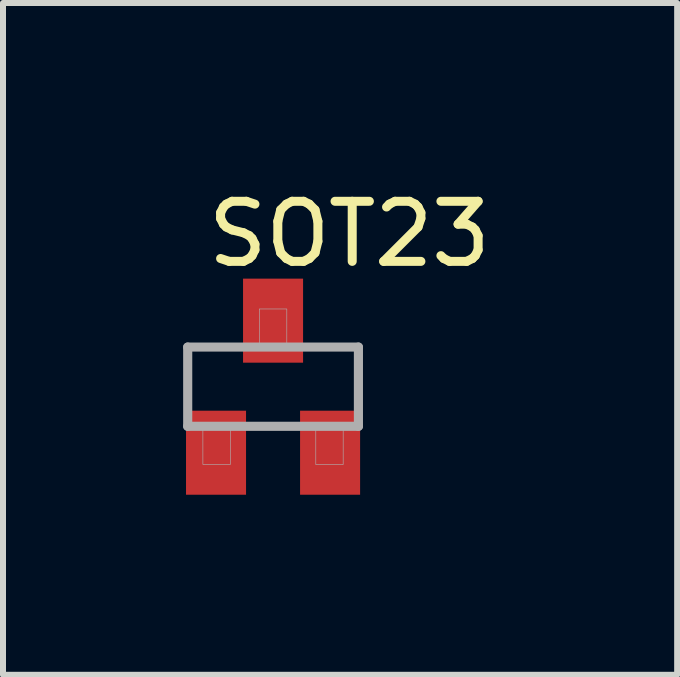
<source format=kicad_pcb>
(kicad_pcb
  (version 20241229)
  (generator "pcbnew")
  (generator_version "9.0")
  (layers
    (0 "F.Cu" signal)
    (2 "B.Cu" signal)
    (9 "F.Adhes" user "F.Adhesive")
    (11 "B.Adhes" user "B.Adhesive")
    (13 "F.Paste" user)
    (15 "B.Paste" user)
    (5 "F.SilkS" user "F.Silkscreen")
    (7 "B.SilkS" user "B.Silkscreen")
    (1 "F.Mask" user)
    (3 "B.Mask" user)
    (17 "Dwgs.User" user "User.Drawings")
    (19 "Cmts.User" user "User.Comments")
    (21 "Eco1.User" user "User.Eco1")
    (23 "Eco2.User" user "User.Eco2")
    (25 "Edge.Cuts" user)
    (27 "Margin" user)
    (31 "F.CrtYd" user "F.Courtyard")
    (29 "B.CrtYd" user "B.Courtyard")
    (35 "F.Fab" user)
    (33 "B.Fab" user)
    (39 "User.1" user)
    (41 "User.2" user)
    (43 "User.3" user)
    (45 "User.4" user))
  (footprint "SOT23"
    (layer "F.Cu")
    (at 1.499 3.392)
    (property "Reference" "SOT23" (at 1.271 -2.543 0) (layer "F.SilkS") (effects (font (size 1.001 1.001) (thickness 0.15))))
    (attr through_hole)
    (fp_line (start -1.422 -0.66) (end 1.422 -0.66) (stroke (width 0.152) (type solid)) (layer "F.Fab"))
    (fp_line (start -1.422 0.66) (end -1.422 -0.66) (stroke (width 0.152) (type solid)) (layer "F.Fab"))
    (fp_line (start 1.422 -0.66) (end 1.422 0.66) (stroke (width 0.152) (type solid)) (layer "F.Fab"))
    (fp_line (start 1.422 0.66) (end -1.422 0.66) (stroke (width 0.152) (type solid)) (layer "F.Fab"))
    (fp_poly (pts (xy -1.169 0.711) (xy -0.711 0.711) (xy -0.711 1.296) (xy -1.169 1.296)) (stroke (width 0.01) (type solid)) (fill no) (layer "F.Fab"))
    (fp_poly (pts (xy -0.229 -1.295) (xy 0.229 -1.295) (xy 0.229 -0.712) (xy -0.229 -0.712)) (stroke (width 0.01) (type solid)) (fill no) (layer "F.Fab"))
    (fp_poly (pts (xy 0.712 0.711) (xy 1.168 0.711) (xy 1.168 1.298) (xy 0.712 1.298)) (stroke (width 0.01) (type solid)) (fill no) (layer "F.Fab"))
    (pad "1" smd rect (at -0.95 1.1) (size 1 1.4) (layers "F.Cu" "F.Mask" "F.Paste"))
    (pad "2" smd rect (at 0.95 1.1) (size 1 1.4) (layers "F.Cu" "F.Mask" "F.Paste"))
    (pad "3" smd rect (at 0 -1.1) (size 1 1.4) (layers "F.Cu" "F.Mask" "F.Paste")))
  (gr_rect
    (start -3 -3)
    (end 8.231 8.192)
    (stroke (width 0.1) (type default))
    (fill no)
    (layer "Edge.Cuts")))
</source>
